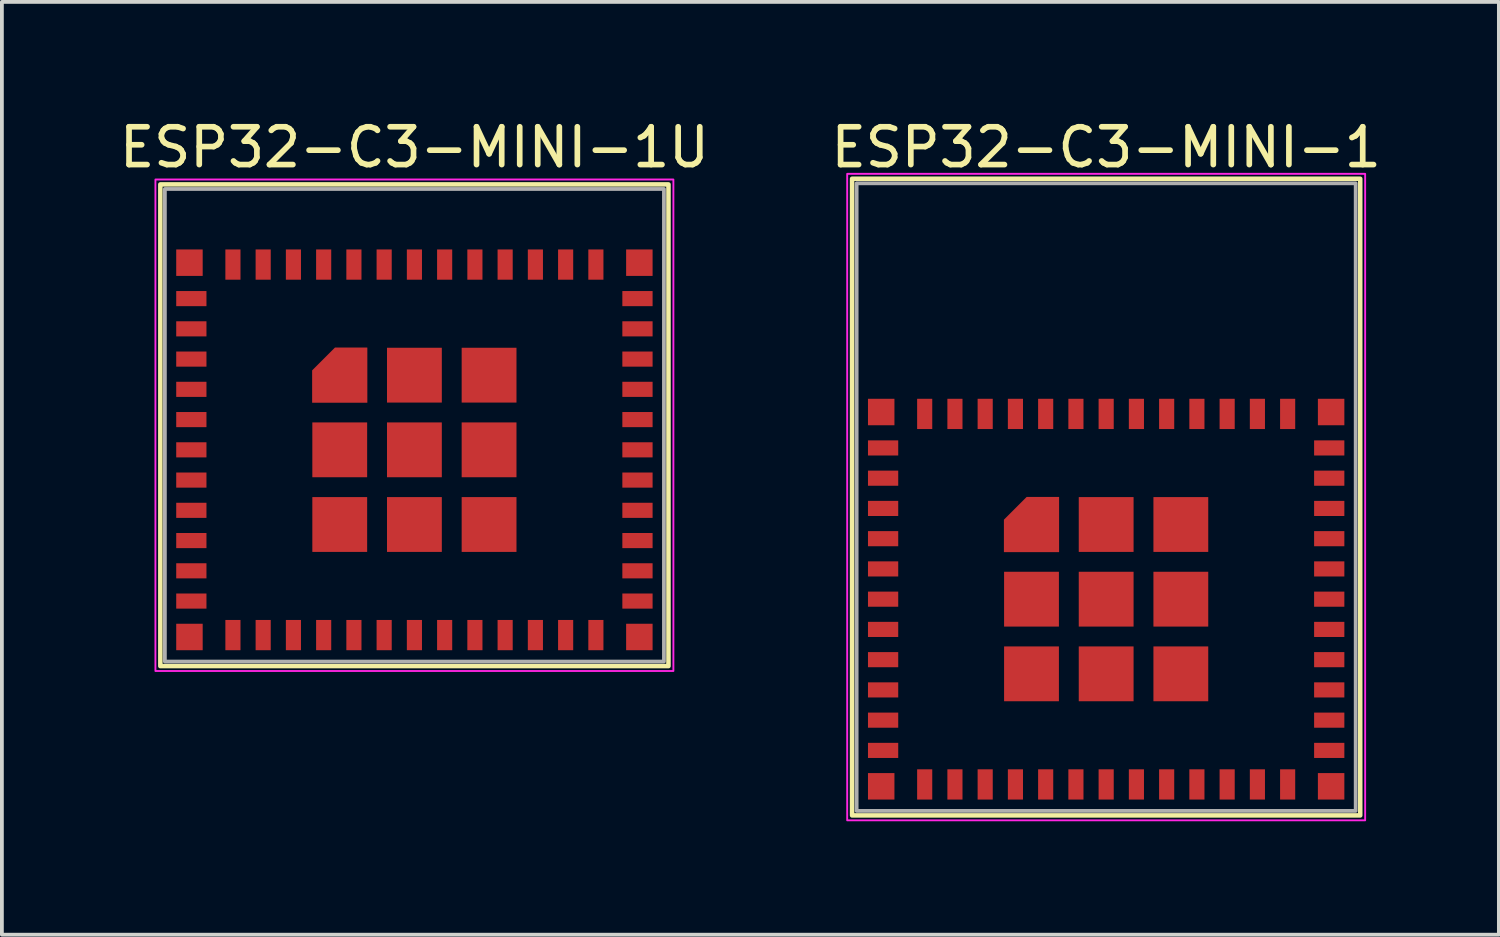
<source format=kicad_pcb>
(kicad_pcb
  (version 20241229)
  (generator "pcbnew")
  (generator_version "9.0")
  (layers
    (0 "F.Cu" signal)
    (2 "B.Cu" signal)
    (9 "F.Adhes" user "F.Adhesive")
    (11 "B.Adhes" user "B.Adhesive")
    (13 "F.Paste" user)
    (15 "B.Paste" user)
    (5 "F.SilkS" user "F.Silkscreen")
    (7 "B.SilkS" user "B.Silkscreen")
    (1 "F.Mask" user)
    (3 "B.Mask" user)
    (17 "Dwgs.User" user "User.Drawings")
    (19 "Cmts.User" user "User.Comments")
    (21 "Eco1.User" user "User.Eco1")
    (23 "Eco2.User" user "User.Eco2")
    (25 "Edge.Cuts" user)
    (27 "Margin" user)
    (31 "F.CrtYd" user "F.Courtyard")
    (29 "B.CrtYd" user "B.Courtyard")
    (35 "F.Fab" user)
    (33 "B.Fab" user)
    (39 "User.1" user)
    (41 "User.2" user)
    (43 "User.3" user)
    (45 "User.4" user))
  (footprint "ESP32-C3-MINI-1U"
    (layer "F.Cu")
    (at 7.911 8.848)
    (property "Reference" "ESP32-C3-MINI-1U" (at 0 -8 0) (layer "F.SilkS") (effects (font (size 1 1) (thickness 0.15))))
    (attr through_hole)
    (fp_poly (pts (xy -1.25 -1.25) (xy -2.7 -1.25) (xy -2.7 -2.1) (xy -2.1 -2.7) (xy -1.25 -2.7)) (stroke (width 0.01) (type solid)) (fill yes) (layer "F.Mask"))
    (fp_rect (start -6.72 -7.02) (end 6.72 5.72) (stroke (width 0.12) (type solid)) (fill no) (layer "F.SilkS"))
    (fp_poly (pts (xy -1.25 -1.25) (xy -2.7 -1.25) (xy -2.7 -2.1) (xy -2.1 -2.7) (xy -1.25 -2.7)) (stroke (width 0.01) (type solid)) (fill yes) (layer "F.Paste"))
    (fp_rect (start -6.85 -7.15) (end 6.85 5.85) (stroke (width 0.05) (type solid)) (fill no) (layer "F.CrtYd"))
    (fp_rect (start -6.6 -6.9) (end 6.6 5.6) (stroke (width 0.1) (type solid)) (fill no) (layer "F.Fab"))
    (pad "1" smd rect (at -5.9 -4) (size 0.8 0.4) (layers "F.Cu" "F.Mask" "F.Paste"))
    (pad "2" smd rect (at -5.9 -3.2) (size 0.8 0.4) (layers "F.Cu" "F.Mask" "F.Paste"))
    (pad "3" smd rect (at -5.9 -2.4) (size 0.8 0.4) (layers "F.Cu" "F.Mask" "F.Paste"))
    (pad "4" smd rect (at -5.9 -1.6) (size 0.8 0.4) (layers "F.Cu" "F.Mask" "F.Paste"))
    (pad "5" smd rect (at -5.9 -0.8) (size 0.8 0.4) (layers "F.Cu" "F.Mask" "F.Paste"))
    (pad "6" smd rect (at -5.9 0) (size 0.8 0.4) (layers "F.Cu" "F.Mask" "F.Paste"))
    (pad "7" smd rect (at -5.9 0.8) (size 0.8 0.4) (layers "F.Cu" "F.Mask" "F.Paste"))
    (pad "8" smd rect (at -5.9 1.6) (size 0.8 0.4) (layers "F.Cu" "F.Mask" "F.Paste"))
    (pad "9" smd rect (at -5.9 2.4) (size 0.8 0.4) (layers "F.Cu" "F.Mask" "F.Paste"))
    (pad "10" smd rect (at -5.9 3.2) (size 0.8 0.4) (layers "F.Cu" "F.Mask" "F.Paste"))
    (pad "11" smd rect (at -5.9 4) (size 0.8 0.4) (layers "F.Cu" "F.Mask" "F.Paste"))
    (pad "12" smd rect (at -4.8 4.9) (size 0.4 0.8) (layers "F.Cu" "F.Mask" "F.Paste"))
    (pad "13" smd rect (at -4 4.9) (size 0.4 0.8) (layers "F.Cu" "F.Mask" "F.Paste"))
    (pad "14" smd rect (at -3.2 4.9) (size 0.4 0.8) (layers "F.Cu" "F.Mask" "F.Paste"))
    (pad "15" smd rect (at -2.4 4.9) (size 0.4 0.8) (layers "F.Cu" "F.Mask" "F.Paste"))
    (pad "16" smd rect (at -1.6 4.9) (size 0.4 0.8) (layers "F.Cu" "F.Mask" "F.Paste"))
    (pad "17" smd rect (at -0.8 4.9) (size 0.4 0.8) (layers "F.Cu" "F.Mask" "F.Paste"))
    (pad "18" smd rect (at 0 4.9) (size 0.4 0.8) (layers "F.Cu" "F.Mask" "F.Paste"))
    (pad "19" smd rect (at 0.8 4.9) (size 0.4 0.8) (layers "F.Cu" "F.Mask" "F.Paste"))
    (pad "20" smd rect (at 1.6 4.9) (size 0.4 0.8) (layers "F.Cu" "F.Mask" "F.Paste"))
    (pad "21" smd rect (at 2.4 4.9) (size 0.4 0.8) (layers "F.Cu" "F.Mask" "F.Paste"))
    (pad "22" smd rect (at 3.2 4.9) (size 0.4 0.8) (layers "F.Cu" "F.Mask" "F.Paste"))
    (pad "23" smd rect (at 4 4.9) (size 0.4 0.8) (layers "F.Cu" "F.Mask" "F.Paste"))
    (pad "24" smd rect (at 4.8 4.9) (size 0.4 0.8) (layers "F.Cu" "F.Mask" "F.Paste"))
    (pad "25" smd rect (at 5.9 4) (size 0.8 0.4) (layers "F.Cu" "F.Mask" "F.Paste"))
    (pad "26" smd rect (at 5.9 3.2) (size 0.8 0.4) (layers "F.Cu" "F.Mask" "F.Paste"))
    (pad "27" smd rect (at 5.9 2.4) (size 0.8 0.4) (layers "F.Cu" "F.Mask" "F.Paste"))
    (pad "28" smd rect (at 5.9 1.6) (size 0.8 0.4) (layers "F.Cu" "F.Mask" "F.Paste"))
    (pad "29" smd rect (at 5.9 0.8) (size 0.8 0.4) (layers "F.Cu" "F.Mask" "F.Paste"))
    (pad "30" smd rect (at 5.9 0) (size 0.8 0.4) (layers "F.Cu" "F.Mask" "F.Paste"))
    (pad "31" smd rect (at 5.9 -0.8) (size 0.8 0.4) (layers "F.Cu" "F.Mask" "F.Paste"))
    (pad "32" smd rect (at 5.9 -1.6) (size 0.8 0.4) (layers "F.Cu" "F.Mask" "F.Paste"))
    (pad "33" smd rect (at 5.9 -2.4) (size 0.8 0.4) (layers "F.Cu" "F.Mask" "F.Paste"))
    (pad "34" smd rect (at 5.9 -3.2) (size 0.8 0.4) (layers "F.Cu" "F.Mask" "F.Paste"))
    (pad "35" smd rect (at 5.9 -4) (size 0.8 0.4) (layers "F.Cu" "F.Mask" "F.Paste"))
    (pad "36" smd rect (at 4.8 -4.9) (size 0.4 0.8) (layers "F.Cu" "F.Mask" "F.Paste"))
    (pad "37" smd rect (at 4 -4.9) (size 0.4 0.8) (layers "F.Cu" "F.Mask" "F.Paste"))
    (pad "38" smd rect (at 3.2 -4.9) (size 0.4 0.8) (layers "F.Cu" "F.Mask" "F.Paste"))
    (pad "39" smd rect (at 2.4 -4.9) (size 0.4 0.8) (layers "F.Cu" "F.Mask" "F.Paste"))
    (pad "40" smd rect (at 1.6 -4.9) (size 0.4 0.8) (layers "F.Cu" "F.Mask" "F.Paste"))
    (pad "41" smd rect (at 0.8 -4.9) (size 0.4 0.8) (layers "F.Cu" "F.Mask" "F.Paste"))
    (pad "42" smd rect (at 0 -4.9) (size 0.4 0.8) (layers "F.Cu" "F.Mask" "F.Paste"))
    (pad "43" smd rect (at -0.8 -4.9) (size 0.4 0.8) (layers "F.Cu" "F.Mask" "F.Paste"))
    (pad "44" smd rect (at -1.6 -4.9) (size 0.4 0.8) (layers "F.Cu" "F.Mask" "F.Paste"))
    (pad "45" smd rect (at -2.4 -4.9) (size 0.4 0.8) (layers "F.Cu" "F.Mask" "F.Paste"))
    (pad "46" smd rect (at -3.2 -4.9) (size 0.4 0.8) (layers "F.Cu" "F.Mask" "F.Paste"))
    (pad "47" smd rect (at -4 -4.9) (size 0.4 0.8) (layers "F.Cu" "F.Mask" "F.Paste"))
    (pad "48" smd rect (at -4.8 -4.9) (size 0.4 0.8) (layers "F.Cu" "F.Mask" "F.Paste"))
    (pad "49_1" smd custom (at -1.975 -1.975) (size 0.6 0.6) (layers "F.Cu") (options (anchor rect)) (primitives (gr_poly (pts (xy 0.725 0.725) (xy -0.725 0.725) (xy -0.725 -0.125) (xy -0.125 -0.725) (xy 0.725 -0.725)) (width 0.01) (fill yes))))
    (pad "49_2" smd rect (at 0 -1.975) (size 1.45 1.45) (layers "F.Cu" "F.Mask" "F.Paste"))
    (pad "49_3" smd rect (at 1.975 -1.975) (size 1.45 1.45) (layers "F.Cu" "F.Mask" "F.Paste"))
    (pad "49_4" smd rect (at 1.975 0) (size 1.45 1.45) (layers "F.Cu" "F.Mask" "F.Paste"))
    (pad "49_5" smd rect (at 1.975 1.975) (size 1.45 1.45) (layers "F.Cu" "F.Mask" "F.Paste"))
    (pad "49_6" smd rect (at 0 1.975) (size 1.45 1.45) (layers "F.Cu" "F.Mask" "F.Paste"))
    (pad "49_7" smd rect (at -1.975 1.975) (size 1.45 1.45) (layers "F.Cu" "F.Mask" "F.Paste"))
    (pad "49_8" smd rect (at -1.975 0) (size 1.45 1.45) (layers "F.Cu" "F.Mask" "F.Paste"))
    (pad "49_9" smd rect (at 0 0) (size 1.45 1.45) (layers "F.Cu" "F.Mask" "F.Paste"))
    (pad "50" smd rect (at 5.95 -4.95) (size 0.7 0.7) (layers "F.Cu" "F.Mask" "F.Paste"))
    (pad "51" smd rect (at 5.95 4.95) (size 0.7 0.7) (layers "F.Cu" "F.Mask" "F.Paste"))
    (pad "52" smd rect (at -5.95 4.95) (size 0.7 0.7) (layers "F.Cu" "F.Mask" "F.Paste"))
    (pad "53" smd rect (at -5.95 -4.95) (size 0.7 0.7) (layers "F.Cu" "F.Mask" "F.Paste")))
  (footprint "ESP32-C3-MINI-1"
    (layer "F.Cu")
    (at 26.208 10.098)
    (property "Reference" "ESP32-C3-MINI-1" (at 0 -9.25 0) (layer "F.SilkS") (effects (font (size 1 1) (thickness 0.15))))
    (attr smd)
    (fp_rect (start -6.72 -8.42) (end 6.72 8.42) (stroke (width 0.12) (type solid)) (fill no) (layer "F.SilkS"))
    (fp_poly (pts (xy -1.25 1.45) (xy -2.7 1.45) (xy -2.7 0.6) (xy -2.1 0) (xy -1.25 0)) (stroke (width 0.01) (type solid)) (fill yes) (layer "F.Paste"))
    (fp_rect (start -6.85 -8.55) (end 6.85 8.55) (stroke (width 0.05) (type solid)) (fill no) (layer "F.CrtYd"))
    (fp_rect (start -6.6 -8.3) (end 6.6 8.3) (stroke (width 0.1) (type solid)) (fill no) (layer "F.Fab"))
    (pad "1" smd rect (at -5.9 -1.3) (size 0.8 0.4) (layers "F.Cu" "F.Mask" "F.Paste"))
    (pad "2" smd rect (at -5.9 -0.5) (size 0.8 0.4) (layers "F.Cu" "F.Mask" "F.Paste"))
    (pad "3" smd rect (at -5.9 0.3) (size 0.8 0.4) (layers "F.Cu" "F.Mask" "F.Paste"))
    (pad "4" smd rect (at -5.9 1.1) (size 0.8 0.4) (layers "F.Cu" "F.Mask" "F.Paste"))
    (pad "5" smd rect (at -5.9 1.9) (size 0.8 0.4) (layers "F.Cu" "F.Mask" "F.Paste"))
    (pad "6" smd rect (at -5.9 2.7) (size 0.8 0.4) (layers "F.Cu" "F.Mask" "F.Paste"))
    (pad "7" smd rect (at -5.9 3.5) (size 0.8 0.4) (layers "F.Cu" "F.Mask" "F.Paste"))
    (pad "8" smd rect (at -5.9 4.3) (size 0.8 0.4) (layers "F.Cu" "F.Mask" "F.Paste"))
    (pad "9" smd rect (at -5.9 5.1) (size 0.8 0.4) (layers "F.Cu" "F.Mask" "F.Paste"))
    (pad "10" smd rect (at -5.9 5.9) (size 0.8 0.4) (layers "F.Cu" "F.Mask" "F.Paste"))
    (pad "11" smd rect (at -5.9 6.7) (size 0.8 0.4) (layers "F.Cu" "F.Mask" "F.Paste"))
    (pad "12" smd rect (at -4.8 7.6) (size 0.4 0.8) (layers "F.Cu" "F.Mask" "F.Paste"))
    (pad "13" smd rect (at -4 7.6) (size 0.4 0.8) (layers "F.Cu" "F.Mask" "F.Paste"))
    (pad "14" smd rect (at -3.2 7.6) (size 0.4 0.8) (layers "F.Cu" "F.Mask" "F.Paste"))
    (pad "15" smd rect (at -2.4 7.6) (size 0.4 0.8) (layers "F.Cu" "F.Mask" "F.Paste"))
    (pad "16" smd rect (at -1.6 7.6) (size 0.4 0.8) (layers "F.Cu" "F.Mask" "F.Paste"))
    (pad "17" smd rect (at -0.8 7.6) (size 0.4 0.8) (layers "F.Cu" "F.Mask" "F.Paste"))
    (pad "18" smd rect (at 0 7.6) (size 0.4 0.8) (layers "F.Cu" "F.Mask" "F.Paste"))
    (pad "19" smd rect (at 0.8 7.6) (size 0.4 0.8) (layers "F.Cu" "F.Mask" "F.Paste"))
    (pad "20" smd rect (at 1.6 7.6) (size 0.4 0.8) (layers "F.Cu" "F.Mask" "F.Paste"))
    (pad "21" smd rect (at 2.4 7.6) (size 0.4 0.8) (layers "F.Cu" "F.Mask" "F.Paste"))
    (pad "22" smd rect (at 3.2 7.6) (size 0.4 0.8) (layers "F.Cu" "F.Mask" "F.Paste"))
    (pad "23" smd rect (at 4 7.6) (size 0.4 0.8) (layers "F.Cu" "F.Mask" "F.Paste"))
    (pad "24" smd rect (at 4.8 7.6) (size 0.4 0.8) (layers "F.Cu" "F.Mask" "F.Paste"))
    (pad "25" smd rect (at 5.9 6.7) (size 0.8 0.4) (layers "F.Cu" "F.Mask" "F.Paste"))
    (pad "26" smd rect (at 5.9 5.9) (size 0.8 0.4) (layers "F.Cu" "F.Mask" "F.Paste"))
    (pad "27" smd rect (at 5.9 5.1) (size 0.8 0.4) (layers "F.Cu" "F.Mask" "F.Paste"))
    (pad "28" smd rect (at 5.9 4.3) (size 0.8 0.4) (layers "F.Cu" "F.Mask" "F.Paste"))
    (pad "29" smd rect (at 5.9 3.5) (size 0.8 0.4) (layers "F.Cu" "F.Mask" "F.Paste"))
    (pad "30" smd rect (at 5.9 2.7) (size 0.8 0.4) (layers "F.Cu" "F.Mask" "F.Paste"))
    (pad "31" smd rect (at 5.9 1.9) (size 0.8 0.4) (layers "F.Cu" "F.Mask" "F.Paste"))
    (pad "32" smd rect (at 5.9 1.1) (size 0.8 0.4) (layers "F.Cu" "F.Mask" "F.Paste"))
    (pad "33" smd rect (at 5.9 0.3) (size 0.8 0.4) (layers "F.Cu" "F.Mask" "F.Paste"))
    (pad "34" smd rect (at 5.9 -0.5) (size 0.8 0.4) (layers "F.Cu" "F.Mask" "F.Paste"))
    (pad "35" smd rect (at 5.9 -1.3) (size 0.8 0.4) (layers "F.Cu" "F.Mask" "F.Paste"))
    (pad "36" smd rect (at 4.8 -2.2) (size 0.4 0.8) (layers "F.Cu" "F.Mask" "F.Paste"))
    (pad "37" smd rect (at 4 -2.2) (size 0.4 0.8) (layers "F.Cu" "F.Mask" "F.Paste"))
    (pad "38" smd rect (at 3.2 -2.2) (size 0.4 0.8) (layers "F.Cu" "F.Mask" "F.Paste"))
    (pad "39" smd rect (at 2.4 -2.2) (size 0.4 0.8) (layers "F.Cu" "F.Mask" "F.Paste"))
    (pad "40" smd rect (at 1.6 -2.2) (size 0.4 0.8) (layers "F.Cu" "F.Mask" "F.Paste"))
    (pad "41" smd rect (at 0.8 -2.2) (size 0.4 0.8) (layers "F.Cu" "F.Mask" "F.Paste"))
    (pad "42" smd rect (at 0 -2.2) (size 0.4 0.8) (layers "F.Cu" "F.Mask" "F.Paste"))
    (pad "43" smd rect (at -0.8 -2.2) (size 0.4 0.8) (layers "F.Cu" "F.Mask" "F.Paste"))
    (pad "44" smd rect (at -1.6 -2.2) (size 0.4 0.8) (layers "F.Cu" "F.Mask" "F.Paste"))
    (pad "45" smd rect (at -2.4 -2.2) (size 0.4 0.8) (layers "F.Cu" "F.Mask" "F.Paste"))
    (pad "46" smd rect (at -3.2 -2.2) (size 0.4 0.8) (layers "F.Cu" "F.Mask" "F.Paste"))
    (pad "47" smd rect (at -4 -2.2) (size 0.4 0.8) (layers "F.Cu" "F.Mask" "F.Paste"))
    (pad "48" smd rect (at -4.8 -2.2) (size 0.4 0.8) (layers "F.Cu" "F.Mask" "F.Paste"))
    (pad "49_1" smd custom (at -1.975 0.725) (size 0.6 0.6) (layers "F.Cu") (options (anchor rect)) (primitives (gr_poly (pts (xy 0.725 0.725) (xy -0.725 0.725) (xy -0.725 -0.125) (xy -0.125 -0.725) (xy 0.725 -0.725)) (width 0.01) (fill yes))))
    (pad "49_2" smd rect (at 0 0.725) (size 1.45 1.45) (layers "F.Cu" "F.Mask" "F.Paste"))
    (pad "49_3" smd rect (at 1.975 0.725) (size 1.45 1.45) (layers "F.Cu" "F.Mask" "F.Paste"))
    (pad "49_4" smd rect (at 1.975 2.7) (size 1.45 1.45) (layers "F.Cu" "F.Mask" "F.Paste"))
    (pad "49_5" smd rect (at 1.975 4.675) (size 1.45 1.45) (layers "F.Cu" "F.Mask" "F.Paste"))
    (pad "49_6" smd rect (at 0 4.675) (size 1.45 1.45) (layers "F.Cu" "F.Mask" "F.Paste"))
    (pad "49_7" smd rect (at -1.975 4.675) (size 1.45 1.45) (layers "F.Cu" "F.Mask" "F.Paste"))
    (pad "49_8" smd rect (at -1.975 2.7) (size 1.45 1.45) (layers "F.Cu" "F.Mask" "F.Paste"))
    (pad "49_9" smd rect (at 0 2.7) (size 1.45 1.45) (layers "F.Cu" "F.Mask" "F.Paste"))
    (pad "50" smd rect (at 5.95 -2.25) (size 0.7 0.7) (layers "F.Cu" "F.Mask" "F.Paste"))
    (pad "51" smd rect (at 5.95 7.65) (size 0.7 0.7) (layers "F.Cu" "F.Mask" "F.Paste"))
    (pad "52" smd rect (at -5.95 7.65) (size 0.7 0.7) (layers "F.Cu" "F.Mask" "F.Paste"))
    (pad "53" smd rect (at -5.95 -2.25) (size 0.7 0.7) (layers "F.Cu" "F.Mask" "F.Paste"))
    (zone (net_name "") (layers "F.Cu" "B.Cu") (name "Antenna") (hatch full 0.508) (connect_pads) (min_thickness 0.01) (filled_areas_thickness no) (keepout (tracks not_allowed) (vias not_allowed) (pads not_allowed) (copperpour not_allowed) (footprints allowed)) (placement (enabled no)) (fill) (polygon (pts (xy 19.608 1.798) (xy 32.808 1.798) (xy 32.808 7.198) (xy 19.608 7.198)))))
  (gr_rect
    (start -3 -3)
    (end 36.595 21.673)
    (stroke (width 0.1) (type default))
    (fill no)
    (layer "Edge.Cuts")))
</source>
